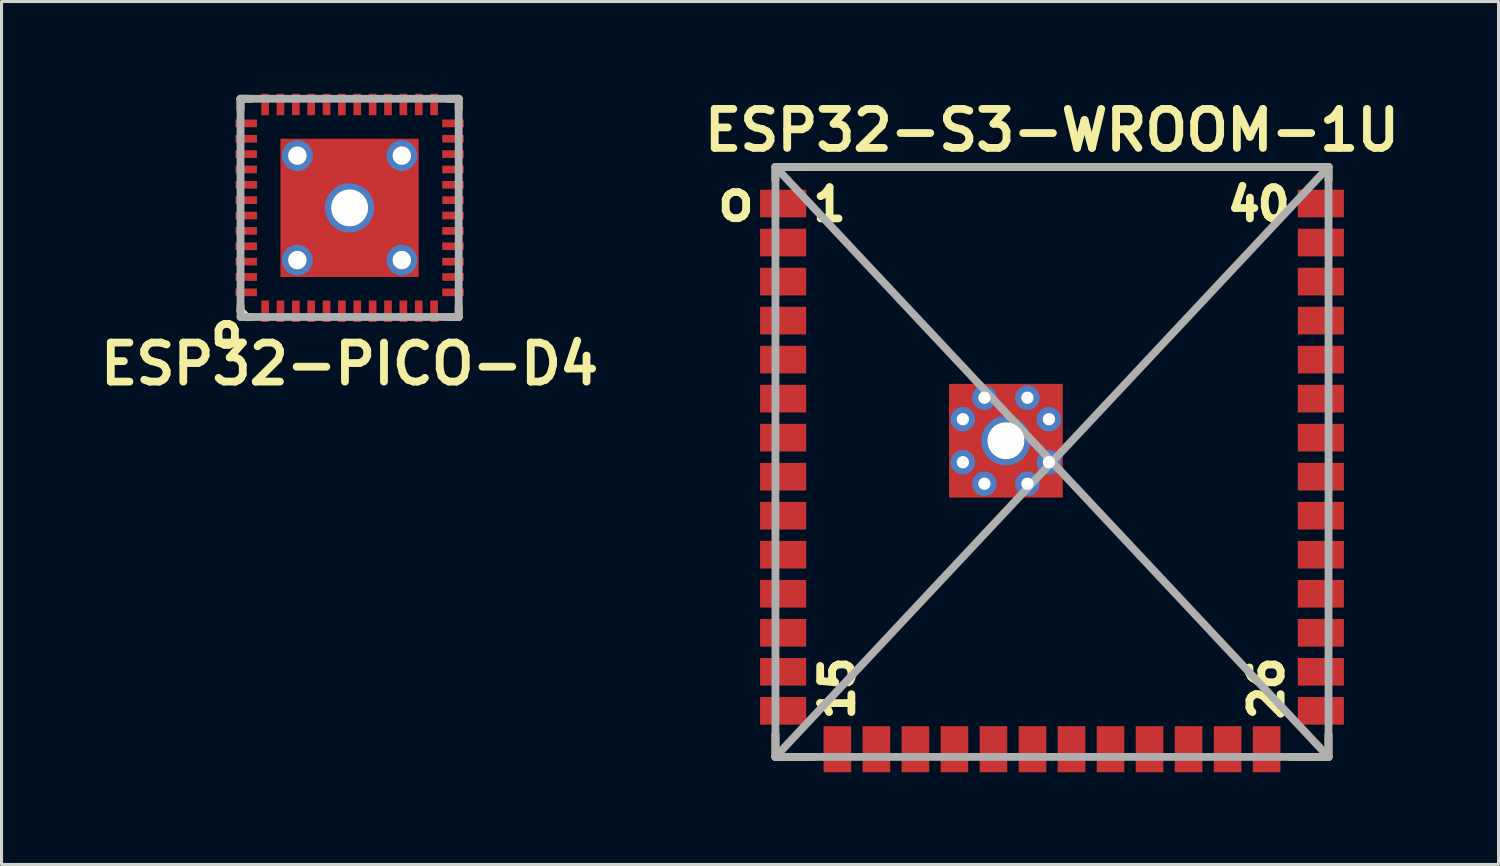
<source format=kicad_pcb>
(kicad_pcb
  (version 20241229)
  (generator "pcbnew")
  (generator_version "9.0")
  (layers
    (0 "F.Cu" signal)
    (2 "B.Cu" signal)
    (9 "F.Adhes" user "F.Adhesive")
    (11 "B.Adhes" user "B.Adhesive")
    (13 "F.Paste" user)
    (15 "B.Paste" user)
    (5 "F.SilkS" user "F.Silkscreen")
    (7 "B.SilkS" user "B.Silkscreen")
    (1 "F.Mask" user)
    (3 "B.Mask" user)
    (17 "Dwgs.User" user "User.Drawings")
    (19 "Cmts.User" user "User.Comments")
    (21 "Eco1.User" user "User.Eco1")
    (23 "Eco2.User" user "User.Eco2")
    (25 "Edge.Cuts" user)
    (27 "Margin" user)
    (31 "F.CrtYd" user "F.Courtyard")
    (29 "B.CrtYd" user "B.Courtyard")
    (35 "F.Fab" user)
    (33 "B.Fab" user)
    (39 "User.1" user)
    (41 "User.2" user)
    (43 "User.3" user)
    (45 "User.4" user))
  (footprint "ESP32-S3-WROOM-1U"
    (layer "F.Cu")
    (at 31.188 11.984)
    (property "Reference" "ESP32-S3-WROOM-1U" (at 0 -10.795 0) (layer "F.SilkS") (effects (font (size 1.27 1.27) (thickness 0.254))))
    (attr through_hole)
    (fp_line (start -9 -9.6) (end 9 -9.6) (stroke (width 0.254) (type solid)) (layer "F.SilkS"))
    (fp_line (start -9 -9.18) (end -9 -9.6) (stroke (width 0.254) (type solid)) (layer "F.SilkS"))
    (fp_line (start -9 9.6) (end -9 8.87) (stroke (width 0.254) (type solid)) (layer "F.SilkS"))
    (fp_line (start -7.755 9.6) (end -9 9.6) (stroke (width 0.254) (type solid)) (layer "F.SilkS"))
    (fp_line (start 9 -9.6) (end 9 -9.18) (stroke (width 0.254) (type solid)) (layer "F.SilkS"))
    (fp_line (start 9 9.6) (end 7.755 9.6) (stroke (width 0.254) (type solid)) (layer "F.SilkS"))
    (fp_line (start 9 9.6) (end 9 8.87) (stroke (width 0.254) (type solid)) (layer "F.SilkS"))
    (fp_line (start -9 -9.6) (end 9 -9.6) (stroke (width 0.254) (type solid)) (layer "F.Fab"))
    (fp_line (start -9 -9.6) (end 9 9.6) (stroke (width 0.254) (type solid)) (layer "F.Fab"))
    (fp_line (start -9 9.6) (end -9 -9.6) (stroke (width 0.254) (type solid)) (layer "F.Fab"))
    (fp_line (start 9 -9.6) (end -9 9.6) (stroke (width 0.254) (type solid)) (layer "F.Fab"))
    (fp_line (start 9 -9.6) (end 9 9.6) (stroke (width 0.254) (type solid)) (layer "F.Fab"))
    (fp_line (start 9 9.6) (end -9 9.6) (stroke (width 0.254) (type solid)) (layer "F.Fab"))
    (fp_text user "1" (at -7.239 -8.382 0) (layer "F.SilkS") (effects (font (size 1.016 1.016) (thickness 0.254))))
    (fp_text user "o" (at -10.287 -8.509 0) (layer "F.SilkS") (effects (font (size 1.27 1.27) (thickness 0.254))))
    (fp_text user "15" (at -6.985 7.366 90) (layer "F.SilkS") (effects (font (size 1.016 1.016) (thickness 0.254))))
    (fp_text user "40" (at 6.731 -8.382 0) (layer "F.SilkS") (effects (font (size 1.016 1.016) (thickness 0.254))))
    (fp_text user "26" (at 6.985 7.366 90) (layer "F.SilkS") (effects (font (size 1.016 1.016) (thickness 0.254))))
    (pad "" smd rect (at -2.9 -2.09) (size 0.9 0.9) (layers "F.Paste"))
    (pad "" smd rect (at -2.9 -0.69) (size 0.9 0.9) (layers "F.Paste"))
    (pad "" smd rect (at -2.9 0.71) (size 0.9 0.9) (layers "F.Paste"))
    (pad "" smd rect (at -1.5 -2.09) (size 0.9 0.9) (layers "F.Paste"))
    (pad "" smd rect (at -1.5 0.71) (size 0.9 0.9) (layers "F.Paste"))
    (pad "" smd rect (at -0.1 -2.09) (size 0.9 0.9) (layers "F.Paste"))
    (pad "" smd rect (at -0.1 -0.69) (size 0.9 0.9) (layers "F.Paste"))
    (pad "" smd rect (at -0.1 0.71) (size 0.9 0.9) (layers "F.Paste"))
    (pad "1" smd rect (at -8.75 -8.41) (size 1.5 0.9) (layers "F.Cu" "F.Mask" "F.Paste"))
    (pad "2" smd rect (at -8.75 -7.14) (size 1.5 0.9) (layers "F.Cu" "F.Mask" "F.Paste"))
    (pad "3" smd rect (at -8.75 -5.87) (size 1.5 0.9) (layers "F.Cu" "F.Mask" "F.Paste"))
    (pad "4" smd rect (at -8.75 -4.6) (size 1.5 0.9) (layers "F.Cu" "F.Mask" "F.Paste"))
    (pad "5" smd rect (at -8.75 -3.33) (size 1.5 0.9) (layers "F.Cu" "F.Mask" "F.Paste"))
    (pad "6" smd rect (at -8.75 -2.06) (size 1.5 0.9) (layers "F.Cu" "F.Mask" "F.Paste"))
    (pad "7" smd rect (at -8.75 -0.79) (size 1.5 0.9) (layers "F.Cu" "F.Mask" "F.Paste"))
    (pad "8" smd rect (at -8.75 0.48) (size 1.5 0.9) (layers "F.Cu" "F.Mask" "F.Paste"))
    (pad "9" smd rect (at -8.75 1.75) (size 1.5 0.9) (layers "F.Cu" "F.Mask" "F.Paste"))
    (pad "10" smd rect (at -8.75 3.02) (size 1.5 0.9) (layers "F.Cu" "F.Mask" "F.Paste"))
    (pad "11" smd rect (at -8.75 4.29) (size 1.5 0.9) (layers "F.Cu" "F.Mask" "F.Paste"))
    (pad "12" smd rect (at -8.75 5.56) (size 1.5 0.9) (layers "F.Cu" "F.Mask" "F.Paste"))
    (pad "13" smd rect (at -8.75 6.83) (size 1.5 0.9) (layers "F.Cu" "F.Mask" "F.Paste"))
    (pad "14" smd rect (at -8.75 8.1) (size 1.5 0.9) (layers "F.Cu" "F.Mask" "F.Paste"))
    (pad "15" smd rect (at -6.985 9.35) (size 0.9 1.5) (layers "F.Cu" "F.Mask" "F.Paste"))
    (pad "16" smd rect (at -5.715 9.35) (size 0.9 1.5) (layers "F.Cu" "F.Mask" "F.Paste"))
    (pad "17" smd rect (at -4.445 9.35) (size 0.9 1.5) (layers "F.Cu" "F.Mask" "F.Paste"))
    (pad "18" smd rect (at -3.175 9.35) (size 0.9 1.5) (layers "F.Cu" "F.Mask" "F.Paste"))
    (pad "19" smd rect (at -1.905 9.35) (size 0.9 1.5) (layers "F.Cu" "F.Mask" "F.Paste"))
    (pad "20" smd rect (at -0.635 9.35) (size 0.9 1.5) (layers "F.Cu" "F.Mask" "F.Paste"))
    (pad "21" smd rect (at 0.635 9.35) (size 0.9 1.5) (layers "F.Cu" "F.Mask" "F.Paste"))
    (pad "22" smd rect (at 1.905 9.35) (size 0.9 1.5) (layers "F.Cu" "F.Mask" "F.Paste"))
    (pad "23" smd rect (at 3.175 9.35) (size 0.9 1.5) (layers "F.Cu" "F.Mask" "F.Paste"))
    (pad "24" smd rect (at 4.445 9.35) (size 0.9 1.5) (layers "F.Cu" "F.Mask" "F.Paste"))
    (pad "25" smd rect (at 5.715 9.35) (size 0.9 1.5) (layers "F.Cu" "F.Mask" "F.Paste"))
    (pad "26" smd rect (at 6.985 9.35) (size 0.9 1.5) (layers "F.Cu" "F.Mask" "F.Paste"))
    (pad "27" smd rect (at 8.75 8.1) (size 1.5 0.9) (layers "F.Cu" "F.Mask" "F.Paste"))
    (pad "28" smd rect (at 8.75 6.83) (size 1.5 0.9) (layers "F.Cu" "F.Mask" "F.Paste"))
    (pad "29" smd rect (at 8.75 5.56) (size 1.5 0.9) (layers "F.Cu" "F.Mask" "F.Paste"))
    (pad "30" smd rect (at 8.75 4.29) (size 1.5 0.9) (layers "F.Cu" "F.Mask" "F.Paste"))
    (pad "31" smd rect (at 8.75 3.02) (size 1.5 0.9) (layers "F.Cu" "F.Mask" "F.Paste"))
    (pad "32" smd rect (at 8.75 1.75) (size 1.5 0.9) (layers "F.Cu" "F.Mask" "F.Paste"))
    (pad "33" smd rect (at 8.75 0.48) (size 1.5 0.9) (layers "F.Cu" "F.Mask" "F.Paste"))
    (pad "34" smd rect (at 8.75 -0.79) (size 1.5 0.9) (layers "F.Cu" "F.Mask" "F.Paste"))
    (pad "35" smd rect (at 8.75 -2.06) (size 1.5 0.9) (layers "F.Cu" "F.Mask" "F.Paste"))
    (pad "36" smd rect (at 8.75 -3.33) (size 1.5 0.9) (layers "F.Cu" "F.Mask" "F.Paste"))
    (pad "37" smd rect (at 8.75 -4.6) (size 1.5 0.9) (layers "F.Cu" "F.Mask" "F.Paste"))
    (pad "38" smd rect (at 8.75 -5.87) (size 1.5 0.9) (layers "F.Cu" "F.Mask" "F.Paste"))
    (pad "39" smd rect (at 8.75 -7.14) (size 1.5 0.9) (layers "F.Cu" "F.Mask" "F.Paste"))
    (pad "40" smd rect (at 8.75 -8.41) (size 1.5 0.9) (layers "F.Cu" "F.Mask" "F.Paste"))
    (pad "41" thru_hole circle (at -2.9 -1.39) (size 0.8 0.8) (drill 0.4) (layers "*.Cu"))
    (pad "41" thru_hole circle (at -2.9 0.01) (size 0.8 0.8) (drill 0.4) (layers "*.Cu"))
    (pad "41" thru_hole circle (at -2.2 -2.09) (size 0.8 0.8) (drill 0.4) (layers "*.Cu"))
    (pad "41" thru_hole circle (at -2.2 0.71) (size 0.8 0.8) (drill 0.4) (layers "*.Cu"))
    (pad "41" thru_hole circle (at -1.5 -0.69) (size 1.6 1.6) (drill 1.2) (layers "*.Cu" "*.Mask"))
    (pad "41" smd rect (at -1.5 -0.69) (size 3.7 3.7) (layers "F.Cu" "F.Mask"))
    (pad "41" thru_hole circle (at -0.8 -2.09) (size 0.8 0.8) (drill 0.4) (layers "*.Cu"))
    (pad "41" thru_hole circle (at -0.8 0.71) (size 0.8 0.8) (drill 0.4) (layers "*.Cu"))
    (pad "41" thru_hole circle (at -0.1 -1.39) (size 0.8 0.8) (drill 0.4) (layers "*.Cu"))
    (pad "41" thru_hole circle (at -0.1 0.01) (size 0.8 0.8) (drill 0.4) (layers "*.Cu")))
  (footprint "ESP32-PICO-D4"
    (layer "F.Cu")
    (at 8.328 3.715)
    (property "Reference" "ESP32-PICO-D4" (at 0 5.08 0) (layer "F.SilkS") (effects (font (size 1.27 1.27) (thickness 0.254))))
    (attr smd)
    (fp_line (start -3.55 -3.55) (end -3.2 -3.55) (stroke (width 0.254) (type solid)) (layer "F.SilkS"))
    (fp_line (start -3.55 -3.2) (end -3.55 -3.55) (stroke (width 0.254) (type solid)) (layer "F.SilkS"))
    (fp_line (start -3.55 3.35) (end -3.55 3.2) (stroke (width 0.254) (type solid)) (layer "F.SilkS"))
    (fp_line (start -3.55 3.35) (end -3.35 3.55) (stroke (width 0.254) (type solid)) (layer "F.SilkS"))
    (fp_line (start -3.2 3.55) (end -3.35 3.55) (stroke (width 0.254) (type solid)) (layer "F.SilkS"))
    (fp_line (start 3.2 -3.55) (end 3.55 -3.55) (stroke (width 0.254) (type solid)) (layer "F.SilkS"))
    (fp_line (start 3.55 -3.55) (end 3.55 -3.2) (stroke (width 0.254) (type solid)) (layer "F.SilkS"))
    (fp_line (start 3.55 3.2) (end 3.55 3.55) (stroke (width 0.254) (type solid)) (layer "F.SilkS"))
    (fp_line (start 3.55 3.55) (end 3.2 3.55) (stroke (width 0.254) (type solid)) (layer "F.SilkS"))
    (fp_line (start -3.55 -3.55) (end 3.55 -3.55) (stroke (width 0.254) (type solid)) (layer "F.Fab"))
    (fp_line (start -3.55 3.55) (end -3.55 -3.55) (stroke (width 0.254) (type solid)) (layer "F.Fab"))
    (fp_line (start 3.55 3.55) (end -3.55 3.55) (stroke (width 0.254) (type solid)) (layer "F.Fab"))
    (fp_line (start 3.55 3.55) (end 3.55 -3.55) (stroke (width 0.254) (type solid)) (layer "F.Fab"))
    (fp_text user "o" (at -4 4 0) (layer "F.SilkS") (effects (font (size 1.016 1.016) (thickness 0.254))))
    (pad "" smd rect (at -1.75 0 180) (size 1 2.6) (layers "F.Paste"))
    (pad "" smd rect (at 0 -1.5 90) (size 1.5 1.5) (layers "F.Paste"))
    (pad "" smd rect (at 0 1.5 90) (size 1.5 1.5) (layers "F.Paste"))
    (pad "" smd rect (at 1.75 0) (size 1 2.6) (layers "F.Paste"))
    (pad "1" smd rect (at -2.75 3.365 90) (size 0.7 0.25) (layers "F.Cu" "F.Mask" "F.Paste"))
    (pad "2" smd rect (at -2.25 3.365 90) (size 0.7 0.25) (layers "F.Cu" "F.Mask" "F.Paste"))
    (pad "3" smd rect (at -1.75 3.365 90) (size 0.7 0.25) (layers "F.Cu" "F.Mask" "F.Paste"))
    (pad "4" smd rect (at -1.25 3.365 90) (size 0.7 0.25) (layers "F.Cu" "F.Mask" "F.Paste"))
    (pad "5" smd rect (at -0.75 3.365 90) (size 0.7 0.25) (layers "F.Cu" "F.Mask" "F.Paste"))
    (pad "6" smd rect (at -0.25 3.365 90) (size 0.7 0.25) (layers "F.Cu" "F.Mask" "F.Paste"))
    (pad "7" smd rect (at 0.25 3.365 90) (size 0.7 0.25) (layers "F.Cu" "F.Mask" "F.Paste"))
    (pad "8" smd rect (at 0.75 3.365 90) (size 0.7 0.25) (layers "F.Cu" "F.Mask" "F.Paste"))
    (pad "9" smd rect (at 1.25 3.365 90) (size 0.7 0.25) (layers "F.Cu" "F.Mask" "F.Paste"))
    (pad "10" smd rect (at 1.75 3.365 90) (size 0.7 0.25) (layers "F.Cu" "F.Mask" "F.Paste"))
    (pad "11" smd rect (at 2.25 3.365 90) (size 0.7 0.25) (layers "F.Cu" "F.Mask" "F.Paste"))
    (pad "12" smd rect (at 2.75 3.365 90) (size 0.7 0.25) (layers "F.Cu" "F.Mask" "F.Paste"))
    (pad "13" smd rect (at 3.365 2.75 180) (size 0.7 0.25) (layers "F.Cu" "F.Mask" "F.Paste"))
    (pad "14" smd rect (at 3.365 2.25 180) (size 0.7 0.25) (layers "F.Cu" "F.Mask" "F.Paste"))
    (pad "15" smd rect (at 3.365 1.75 180) (size 0.7 0.25) (layers "F.Cu" "F.Mask" "F.Paste"))
    (pad "16" smd rect (at 3.365 1.25 180) (size 0.7 0.25) (layers "F.Cu" "F.Mask" "F.Paste"))
    (pad "17" smd rect (at 3.365 0.75 180) (size 0.7 0.25) (layers "F.Cu" "F.Mask" "F.Paste"))
    (pad "18" smd rect (at 3.365 0.25 180) (size 0.7 0.25) (layers "F.Cu" "F.Mask" "F.Paste"))
    (pad "19" smd rect (at 3.365 -0.25 180) (size 0.7 0.25) (layers "F.Cu" "F.Mask" "F.Paste"))
    (pad "20" smd rect (at 3.365 -0.75 180) (size 0.7 0.25) (layers "F.Cu" "F.Mask" "F.Paste"))
    (pad "21" smd rect (at 3.365 -1.25 180) (size 0.7 0.25) (layers "F.Cu" "F.Mask" "F.Paste"))
    (pad "22" smd rect (at 3.365 -1.75 180) (size 0.7 0.25) (layers "F.Cu" "F.Mask" "F.Paste"))
    (pad "23" smd rect (at 3.365 -2.25 180) (size 0.7 0.25) (layers "F.Cu" "F.Mask" "F.Paste"))
    (pad "24" smd rect (at 3.365 -2.75 180) (size 0.7 0.25) (layers "F.Cu" "F.Mask" "F.Paste"))
    (pad "25" smd rect (at 2.75 -3.365 270) (size 0.7 0.25) (layers "F.Cu" "F.Mask" "F.Paste"))
    (pad "26" smd rect (at 2.25 -3.365 270) (size 0.7 0.25) (layers "F.Cu" "F.Mask" "F.Paste"))
    (pad "27" smd rect (at 1.75 -3.365 270) (size 0.7 0.25) (layers "F.Cu" "F.Mask" "F.Paste"))
    (pad "28" smd rect (at 1.25 -3.365 270) (size 0.7 0.25) (layers "F.Cu" "F.Mask" "F.Paste"))
    (pad "29" smd rect (at 0.75 -3.365 270) (size 0.7 0.25) (layers "F.Cu" "F.Mask" "F.Paste"))
    (pad "30" smd rect (at 0.25 -3.365 270) (size 0.7 0.25) (layers "F.Cu" "F.Mask" "F.Paste"))
    (pad "31" smd rect (at -0.25 -3.365 270) (size 0.7 0.25) (layers "F.Cu" "F.Mask" "F.Paste"))
    (pad "32" smd rect (at -0.75 -3.365 270) (size 0.7 0.25) (layers "F.Cu" "F.Mask" "F.Paste"))
    (pad "33" smd rect (at -1.25 -3.365 270) (size 0.7 0.25) (layers "F.Cu" "F.Mask" "F.Paste"))
    (pad "34" smd rect (at -1.75 -3.365 270) (size 0.7 0.25) (layers "F.Cu" "F.Mask" "F.Paste"))
    (pad "35" smd rect (at -2.25 -3.365 270) (size 0.7 0.25) (layers "F.Cu" "F.Mask" "F.Paste"))
    (pad "36" smd rect (at -2.75 -3.365 270) (size 0.7 0.25) (layers "F.Cu" "F.Mask" "F.Paste"))
    (pad "37" smd rect (at -3.365 -2.75) (size 0.7 0.25) (layers "F.Cu" "F.Mask" "F.Paste"))
    (pad "38" smd rect (at -3.365 -2.25) (size 0.7 0.25) (layers "F.Cu" "F.Mask" "F.Paste"))
    (pad "39" smd rect (at -3.365 -1.75) (size 0.7 0.25) (layers "F.Cu" "F.Mask" "F.Paste"))
    (pad "40" smd rect (at -3.365 -1.25) (size 0.7 0.25) (layers "F.Cu" "F.Mask" "F.Paste"))
    (pad "41" smd rect (at -3.365 -0.75) (size 0.7 0.25) (layers "F.Cu" "F.Mask" "F.Paste"))
    (pad "42" smd rect (at -3.365 -0.25) (size 0.7 0.25) (layers "F.Cu" "F.Mask" "F.Paste"))
    (pad "43" smd rect (at -3.365 0.25) (size 0.7 0.25) (layers "F.Cu" "F.Mask" "F.Paste"))
    (pad "44" smd rect (at -3.365 0.75) (size 0.7 0.25) (layers "F.Cu" "F.Mask" "F.Paste"))
    (pad "45" smd rect (at -3.365 1.25) (size 0.7 0.25) (layers "F.Cu" "F.Mask" "F.Paste"))
    (pad "46" smd rect (at -3.365 1.75) (size 0.7 0.25) (layers "F.Cu" "F.Mask" "F.Paste"))
    (pad "47" smd rect (at -3.365 2.25) (size 0.7 0.25) (layers "F.Cu" "F.Mask" "F.Paste"))
    (pad "48" smd rect (at -3.365 2.75) (size 0.7 0.25) (layers "F.Cu" "F.Mask" "F.Paste"))
    (pad "49" thru_hole circle (at -1.7 -1.7) (size 1 1) (drill 0.6) (layers "*.Cu"))
    (pad "49" thru_hole circle (at -1.7 1.7) (size 1 1) (drill 0.6) (layers "*.Cu"))
    (pad "49" thru_hole circle (at 0 0) (size 1.6 1.6) (drill 1.2) (layers "*.Cu" "*.Mask"))
    (pad "49" smd rect (at 0 0) (size 4.5 4.5) (layers "F.Cu" "F.Mask"))
    (pad "49" thru_hole circle (at 1.7 -1.7) (size 1 1) (drill 0.6) (layers "*.Cu"))
    (pad "49" thru_hole circle (at 1.7 1.7) (size 1 1) (drill 0.6) (layers "*.Cu")))
  (gr_rect
    (start -3 -3)
    (end 45.721 25.084)
    (stroke (width 0.1) (type default))
    (fill no)
    (layer "Edge.Cuts")))
</source>
